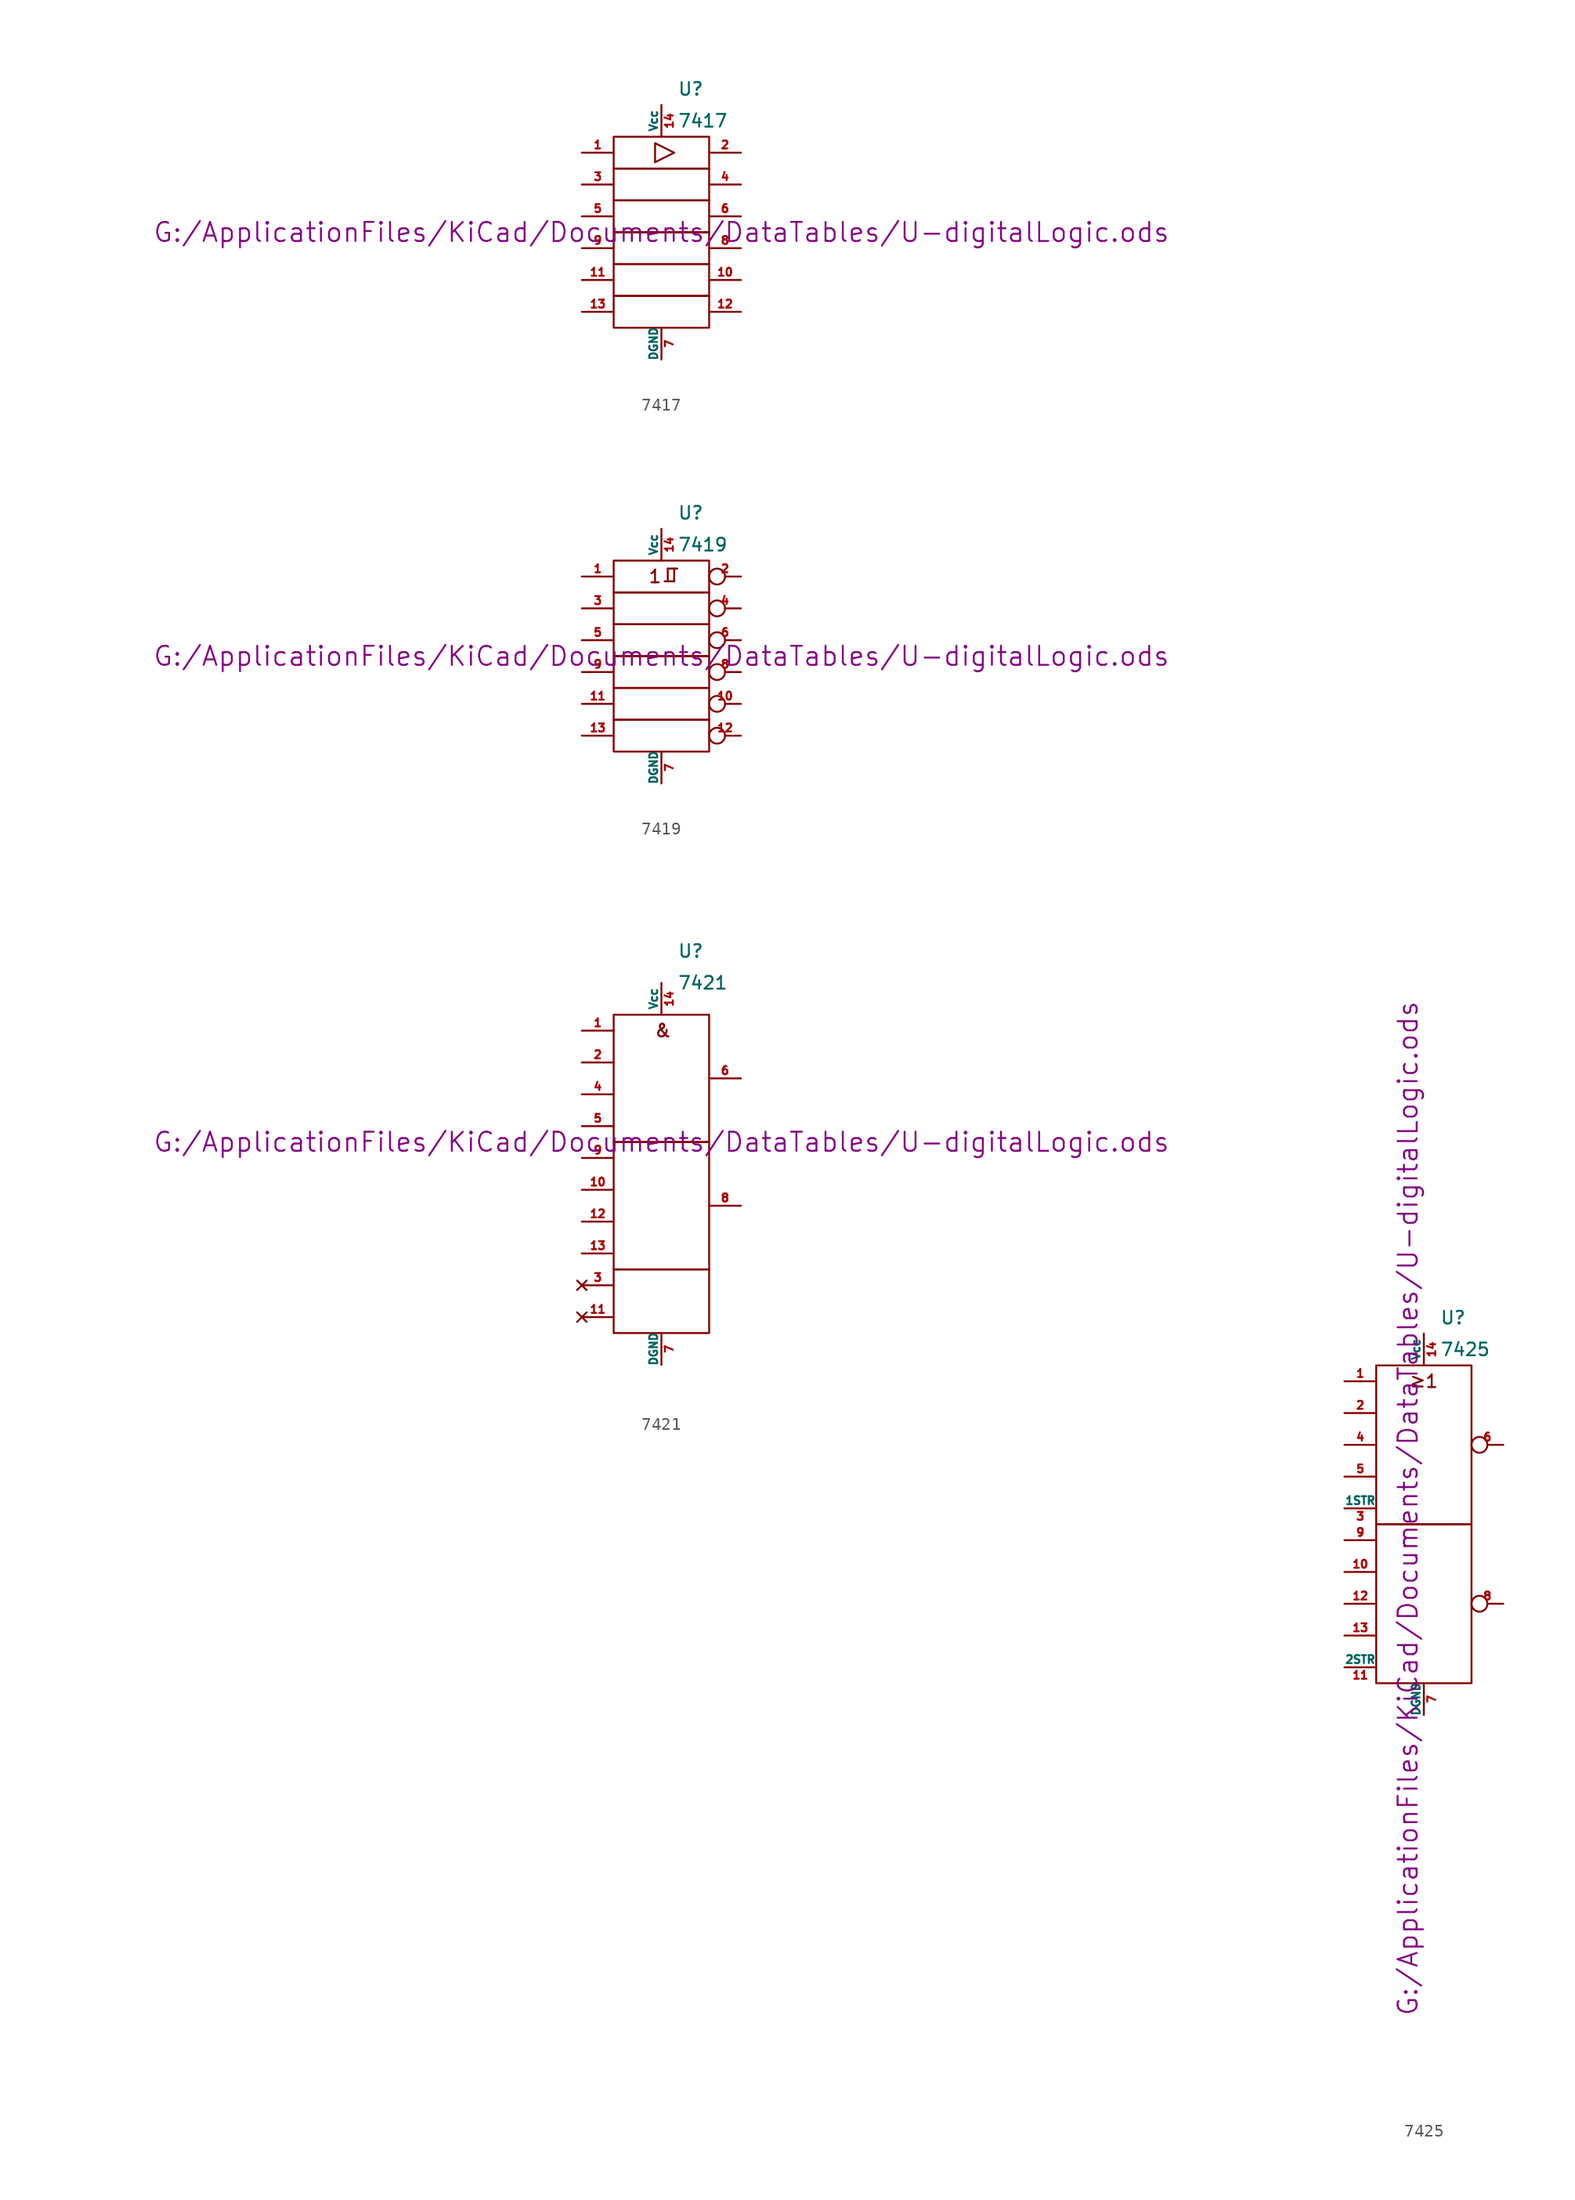
<source format=kicad_sym>
(kicad_symbol_lib
  (version 20211014)
  (generator kicad_symbol_editor)
  (symbol "7417"
    (pin_names
      (offset 0))
    (property "Reference" "U"
      (at 1.27 11.43 0)
      (effects (font (size 1.016 1.016)) (justify left)))
    (property "Value" "7417"
      (at 1.27 8.89 0)
      (effects (font (size 1.016 1.016)) (justify left)))
    (property "Footprint" ""
      (at 0 0 0)
      (effects (font (size 1.524 1.524))))
    (property "Datasheet" "G:/ApplicationFiles/KiCad/Documents/DataTables/U-digitalLogic.ods"
      (at 0 0 0)
      (effects (font (size 1.524 1.524))))
    (symbol "7417_0_1"
      (rectangle (start -3.81 -5.08) (end 3.81 -7.62) (stroke (width 0) (type default) (color 0 0 0 0)) (fill (type none)))
      (rectangle (start -3.81 -2.54) (end 3.81 -5.08) (stroke (width 0) (type default) (color 0 0 0 0)) (fill (type none)))
      (rectangle (start -3.81 0) (end 3.81 -2.54) (stroke (width 0) (type default) (color 0 0 0 0)) (fill (type none)))
      (rectangle (start -3.81 2.54) (end 3.81 0) (stroke (width 0) (type default) (color 0 0 0 0)) (fill (type none)))
      (rectangle (start -3.81 5.08) (end 3.81 2.54) (stroke (width 0) (type default) (color 0 0 0 0)) (fill (type none)))
      (rectangle (start -3.81 7.62) (end 3.81 5.08) (stroke (width 0) (type default) (color 0 0 0 0)) (fill (type none)))
      (polyline (pts (xy -0.508 7.112) (xy -0.508 5.588) (xy 1.016 6.35) (xy -0.508 7.112)) (stroke (width 0) (type default) (color 0 0 0 0)) (fill (type none))))
    (symbol "7417_1_1"
      (pin input line (at -6.35 6.35 0) (length 2.54) (name "~" (effects (font (size 0.635 0.635)))) (number "1" (effects (font (size 0.635 0.635)))))
      (pin open_collector line (at 6.35 -3.81 180) (length 2.54) (name "~" (effects (font (size 0.635 0.635)))) (number "10" (effects (font (size 0.635 0.635)))))
      (pin input line (at -6.35 -3.81 0) (length 2.54) (name "~" (effects (font (size 0.635 0.635)))) (number "11" (effects (font (size 0.635 0.635)))))
      (pin open_collector line (at 6.35 -6.35 180) (length 2.54) (name "~" (effects (font (size 0.635 0.635)))) (number "12" (effects (font (size 0.635 0.635)))))
      (pin input line (at -6.35 -6.35 0) (length 2.54) (name "~" (effects (font (size 0.635 0.635)))) (number "13" (effects (font (size 0.635 0.635)))))
      (pin power_in line (at 0 10.16 270) (length 2.54) (name "Vcc" (effects (font (size 0.635 0.635)))) (number "14" (effects (font (size 0.635 0.635)))))
      (pin open_collector line (at 6.35 6.35 180) (length 2.54) (name "~" (effects (font (size 0.635 0.635)))) (number "2" (effects (font (size 0.635 0.635)))))
      (pin input line (at -6.35 3.81 0) (length 2.54) (name "~" (effects (font (size 0.635 0.635)))) (number "3" (effects (font (size 0.635 0.635)))))
      (pin open_collector line (at 6.35 3.81 180) (length 2.54) (name "~" (effects (font (size 0.635 0.635)))) (number "4" (effects (font (size 0.635 0.635)))))
      (pin input line (at -6.35 1.27 0) (length 2.54) (name "~" (effects (font (size 0.635 0.635)))) (number "5" (effects (font (size 0.635 0.635)))))
      (pin open_collector line (at 6.35 1.27 180) (length 2.54) (name "~" (effects (font (size 0.635 0.635)))) (number "6" (effects (font (size 0.635 0.635)))))
      (pin power_in line (at 0 -10.16 90) (length 2.54) (name "DGND" (effects (font (size 0.635 0.635)))) (number "7" (effects (font (size 0.635 0.635)))))
      (pin open_collector line (at 6.35 -1.27 180) (length 2.54) (name "~" (effects (font (size 0.635 0.635)))) (number "8" (effects (font (size 0.635 0.635)))))
      (pin input line (at -6.35 -1.27 0) (length 2.54) (name "~" (effects (font (size 0.635 0.635)))) (number "9" (effects (font (size 0.635 0.635)))))))
  (symbol "7419"
    (pin_names
      (offset 0))
    (property "Reference" "U"
      (at 1.27 11.43 0)
      (effects (font (size 1.016 1.016)) (justify left)))
    (property "Value" "7419"
      (at 1.27 8.89 0)
      (effects (font (size 1.016 1.016)) (justify left)))
    (property "Footprint" ""
      (at 0 0 0)
      (effects (font (size 1.524 1.524))))
    (property "Datasheet" "G:/ApplicationFiles/KiCad/Documents/DataTables/U-digitalLogic.ods"
      (at 0 0 0)
      (effects (font (size 1.524 1.524))))
    (symbol "7419_0_0"
      (polyline (pts (xy 0.254 5.969) (xy 1.016 5.969)) (stroke (width 0) (type default) (color 0 0 0 0)) (fill (type none)))
      (polyline (pts (xy 0.508 5.969) (xy 0.508 6.985)) (stroke (width 0) (type default) (color 0 0 0 0)) (fill (type none)))
      (polyline (pts (xy 0.508 6.985) (xy 1.27 6.985)) (stroke (width 0) (type default) (color 0 0 0 0)) (fill (type none)))
      (polyline (pts (xy 1.016 5.969) (xy 1.016 6.985)) (stroke (width 0) (type default) (color 0 0 0 0)) (fill (type none)))
      (text "1" (at -0.508 6.35 0) (effects (font (size 1.016 1.016)))))
    (symbol "7419_0_1"
      (rectangle (start -3.81 -5.08) (end 3.81 -7.62) (stroke (width 0) (type default) (color 0 0 0 0)) (fill (type none)))
      (rectangle (start -3.81 -2.54) (end 3.81 -5.08) (stroke (width 0) (type default) (color 0 0 0 0)) (fill (type none)))
      (rectangle (start -3.81 0) (end 3.81 -2.54) (stroke (width 0) (type default) (color 0 0 0 0)) (fill (type none)))
      (rectangle (start -3.81 2.54) (end 3.81 0) (stroke (width 0) (type default) (color 0 0 0 0)) (fill (type none)))
      (rectangle (start -3.81 5.08) (end 3.81 2.54) (stroke (width 0) (type default) (color 0 0 0 0)) (fill (type none)))
      (rectangle (start -3.81 7.62) (end 3.81 5.08) (stroke (width 0) (type default) (color 0 0 0 0)) (fill (type none))))
    (symbol "7419_1_1"
      (pin input line (at -6.35 6.35 0) (length 2.54) (name "~" (effects (font (size 0.635 0.635)))) (number "1" (effects (font (size 0.635 0.635)))))
      (pin output inverted (at 6.35 -3.81 180) (length 2.54) (name "~" (effects (font (size 0.635 0.635)))) (number "10" (effects (font (size 0.635 0.635)))))
      (pin input line (at -6.35 -3.81 0) (length 2.54) (name "~" (effects (font (size 0.635 0.635)))) (number "11" (effects (font (size 0.635 0.635)))))
      (pin output inverted (at 6.35 -6.35 180) (length 2.54) (name "~" (effects (font (size 0.635 0.635)))) (number "12" (effects (font (size 0.635 0.635)))))
      (pin input line (at -6.35 -6.35 0) (length 2.54) (name "~" (effects (font (size 0.635 0.635)))) (number "13" (effects (font (size 0.635 0.635)))))
      (pin power_in line (at 0 10.16 270) (length 2.54) (name "Vcc" (effects (font (size 0.635 0.635)))) (number "14" (effects (font (size 0.635 0.635)))))
      (pin output inverted (at 6.35 6.35 180) (length 2.54) (name "~" (effects (font (size 0.635 0.635)))) (number "2" (effects (font (size 0.635 0.635)))))
      (pin input line (at -6.35 3.81 0) (length 2.54) (name "~" (effects (font (size 0.635 0.635)))) (number "3" (effects (font (size 0.635 0.635)))))
      (pin output inverted (at 6.35 3.81 180) (length 2.54) (name "~" (effects (font (size 0.635 0.635)))) (number "4" (effects (font (size 0.635 0.635)))))
      (pin input line (at -6.35 1.27 0) (length 2.54) (name "~" (effects (font (size 0.635 0.635)))) (number "5" (effects (font (size 0.635 0.635)))))
      (pin output inverted (at 6.35 1.27 180) (length 2.54) (name "~" (effects (font (size 0.635 0.635)))) (number "6" (effects (font (size 0.635 0.635)))))
      (pin power_in line (at 0 -10.16 90) (length 2.54) (name "DGND" (effects (font (size 0.635 0.635)))) (number "7" (effects (font (size 0.635 0.635)))))
      (pin output inverted (at 6.35 -1.27 180) (length 2.54) (name "~" (effects (font (size 0.635 0.635)))) (number "8" (effects (font (size 0.635 0.635)))))
      (pin input line (at -6.35 -1.27 0) (length 2.54) (name "~" (effects (font (size 0.635 0.635)))) (number "9" (effects (font (size 0.635 0.635)))))))
  (symbol "7421"
    (pin_names
      (offset 0))
    (property "Reference" "U"
      (at 1.27 17.78 0)
      (effects (font (size 1.016 1.016)) (justify left)))
    (property "Value" "7421"
      (at 1.27 15.24 0)
      (effects (font (size 1.016 1.016)) (justify left)))
    (property "Footprint" ""
      (at 0 2.54 0)
      (effects (font (size 1.524 1.524))))
    (property "Datasheet" "G:/ApplicationFiles/KiCad/Documents/DataTables/U-digitalLogic.ods"
      (at 0 2.54 0)
      (effects (font (size 1.524 1.524))))
    (symbol "7421_0_0"
      (rectangle (start -3.81 2.54) (end 3.81 -7.62) (stroke (width 0) (type default) (color 0 0 0 0)) (fill (type none)))
      (rectangle (start -3.81 12.7) (end 3.81 2.54) (stroke (width 0) (type default) (color 0 0 0 0)) (fill (type none)))
      (rectangle (start 3.81 -7.62) (end -3.81 -12.7) (stroke (width 0) (type default) (color 0 0 0 0)) (fill (type none)))
      (text "&" (at 0.127 11.43 0) (effects (font (size 1.016 1.016)))))
    (symbol "7421_1_1"
      (pin input line (at -6.35 11.43 0) (length 2.54) (name "~" (effects (font (size 0.635 0.635)))) (number "1" (effects (font (size 0.635 0.635)))))
      (pin input line (at -6.35 -1.27 0) (length 2.54) (name "~" (effects (font (size 0.635 0.635)))) (number "10" (effects (font (size 0.635 0.635)))))
      (pin no_connect line (at -6.35 -11.43 0) (length 2.54) (name "~" (effects (font (size 0.635 0.635)))) (number "11" (effects (font (size 0.635 0.635)))))
      (pin input line (at -6.35 -3.81 0) (length 2.54) (name "~" (effects (font (size 0.635 0.635)))) (number "12" (effects (font (size 0.635 0.635)))))
      (pin input line (at -6.35 -6.35 0) (length 2.54) (name "~" (effects (font (size 0.635 0.635)))) (number "13" (effects (font (size 0.635 0.635)))))
      (pin power_in line (at 0 15.24 270) (length 2.54) (name "Vcc" (effects (font (size 0.635 0.635)))) (number "14" (effects (font (size 0.635 0.635)))))
      (pin input line (at -6.35 8.89 0) (length 2.54) (name "~" (effects (font (size 0.635 0.635)))) (number "2" (effects (font (size 0.635 0.635)))))
      (pin no_connect line (at -6.35 -8.89 0) (length 2.54) (name "~" (effects (font (size 0.635 0.635)))) (number "3" (effects (font (size 0.635 0.635)))))
      (pin input line (at -6.35 6.35 0) (length 2.54) (name "~" (effects (font (size 0.635 0.635)))) (number "4" (effects (font (size 0.635 0.635)))))
      (pin input line (at -6.35 3.81 0) (length 2.54) (name "~" (effects (font (size 0.635 0.635)))) (number "5" (effects (font (size 0.635 0.635)))))
      (pin output line (at 6.35 7.62 180) (length 2.54) (name "~" (effects (font (size 0.635 0.635)))) (number "6" (effects (font (size 0.635 0.635)))))
      (pin power_in line (at 0 -15.24 90) (length 2.54) (name "DGND" (effects (font (size 0.635 0.635)))) (number "7" (effects (font (size 0.635 0.635)))))
      (pin output line (at 6.35 -2.54 180) (length 2.54) (name "~" (effects (font (size 0.635 0.635)))) (number "8" (effects (font (size 0.635 0.635)))))
      (pin input line (at -6.35 1.27 0) (length 2.54) (name "~" (effects (font (size 0.635 0.635)))) (number "9" (effects (font (size 0.635 0.635)))))))
  (symbol "7425"
    (pin_names
      (offset 0))
    (property "Reference" "U"
      (at 1.27 16.51 0)
      (effects (font (size 1.016 1.016)) (justify left)))
    (property "Value" "7425"
      (at 1.27 13.97 0)
      (effects (font (size 1.016 1.016)) (justify left)))
    (property "Footprint" ""
      (at -1.27 1.27 90)
      (effects (font (size 1.524 1.524))))
    (property "Datasheet" "G:/ApplicationFiles/KiCad/Documents/DataTables/U-digitalLogic.ods"
      (at -1.27 1.27 90)
      (effects (font (size 1.524 1.524))))
    (symbol "7425_0_0"
      (rectangle (start -3.81 0) (end 3.81 -12.7) (stroke (width 0) (type default) (color 0 0 0 0)) (fill (type none)))
      (rectangle (start -3.81 12.7) (end 3.81 0) (stroke (width 0) (type default) (color 0 0 0 0)) (fill (type none)))
      (text "≥1" (at 0 11.43 0) (effects (font (size 1.016 1.016)))))
    (symbol "7425_1_1"
      (pin input line (at -6.35 11.43 0) (length 2.54) (name "~" (effects (font (size 0.635 0.635)))) (number "1" (effects (font (size 0.635 0.635)))))
      (pin input line (at -6.35 -3.81 0) (length 2.54) (name "~" (effects (font (size 0.635 0.635)))) (number "10" (effects (font (size 0.635 0.635)))))
      (pin input line (at -6.35 -11.43 0) (length 2.54) (name "2STR" (effects (font (size 0.635 0.635)))) (number "11" (effects (font (size 0.635 0.635)))))
      (pin input line (at -6.35 -6.35 0) (length 2.54) (name "~" (effects (font (size 0.635 0.635)))) (number "12" (effects (font (size 0.635 0.635)))))
      (pin input line (at -6.35 -8.89 0) (length 2.54) (name "~" (effects (font (size 0.635 0.635)))) (number "13" (effects (font (size 0.635 0.635)))))
      (pin power_in line (at 0 15.24 270) (length 2.54) (name "Vcc" (effects (font (size 0.635 0.635)))) (number "14" (effects (font (size 0.635 0.635)))))
      (pin input line (at -6.35 8.89 0) (length 2.54) (name "~" (effects (font (size 0.635 0.635)))) (number "2" (effects (font (size 0.635 0.635)))))
      (pin input line (at -6.35 1.27 0) (length 2.54) (name "1STR" (effects (font (size 0.635 0.635)))) (number "3" (effects (font (size 0.635 0.635)))))
      (pin input line (at -6.35 6.35 0) (length 2.54) (name "~" (effects (font (size 0.635 0.635)))) (number "4" (effects (font (size 0.635 0.635)))))
      (pin input line (at -6.35 3.81 0) (length 2.54) (name "~" (effects (font (size 0.635 0.635)))) (number "5" (effects (font (size 0.635 0.635)))))
      (pin output inverted (at 6.35 6.35 180) (length 2.54) (name "~" (effects (font (size 0.635 0.635)))) (number "6" (effects (font (size 0.635 0.635)))))
      (pin power_in line (at 0 -15.24 90) (length 2.54) (name "DGND" (effects (font (size 0.635 0.635)))) (number "7" (effects (font (size 0.635 0.635)))))
      (pin output inverted (at 6.35 -6.35 180) (length 2.54) (name "~" (effects (font (size 0.635 0.635)))) (number "8" (effects (font (size 0.635 0.635)))))
      (pin input line (at -6.35 -1.27 0) (length 2.54) (name "~" (effects (font (size 0.635 0.635)))) (number "9" (effects (font (size 0.635 0.635))))))))
</source>
